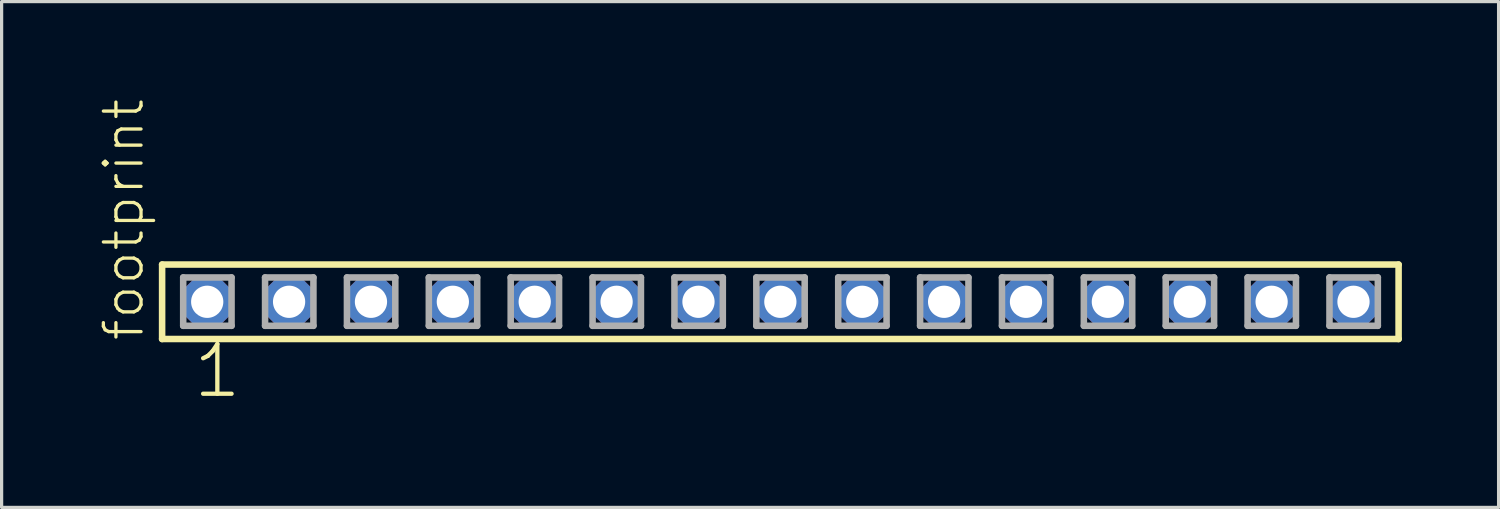
<source format=kicad_pcb>
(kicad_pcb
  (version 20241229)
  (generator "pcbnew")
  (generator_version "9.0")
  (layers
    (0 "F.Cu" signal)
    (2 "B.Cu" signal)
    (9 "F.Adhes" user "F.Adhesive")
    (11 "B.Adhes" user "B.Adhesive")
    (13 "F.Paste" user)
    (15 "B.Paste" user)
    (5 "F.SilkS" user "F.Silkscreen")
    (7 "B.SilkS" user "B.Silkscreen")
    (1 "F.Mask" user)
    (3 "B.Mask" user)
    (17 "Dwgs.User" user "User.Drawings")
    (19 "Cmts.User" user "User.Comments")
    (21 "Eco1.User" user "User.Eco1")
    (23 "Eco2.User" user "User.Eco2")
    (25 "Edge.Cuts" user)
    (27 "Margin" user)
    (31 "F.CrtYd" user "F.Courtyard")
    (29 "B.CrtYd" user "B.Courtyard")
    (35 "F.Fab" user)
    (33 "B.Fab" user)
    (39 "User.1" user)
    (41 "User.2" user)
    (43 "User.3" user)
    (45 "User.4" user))
  (footprint "footprint"
    (layer "F.Cu")
    (at 21.158 6.312)
    (property "Reference" "footprint" (at -19.685 1.27 90) (layer "F.SilkS") (effects (font (size 1.168 1.168) (thickness 0.102)) (justify left bottom)))
    (fp_line (start -19.179 -1.155) (end 19.179 -1.155) (stroke (width 0.203) (type solid)) (layer "F.SilkS"))
    (fp_line (start -19.179 1.155) (end -19.179 -1.155) (stroke (width 0.203) (type solid)) (layer "F.SilkS"))
    (fp_line (start 19.179 -1.155) (end 19.179 1.155) (stroke (width 0.203) (type solid)) (layer "F.SilkS"))
    (fp_line (start 19.179 1.155) (end -19.179 1.155) (stroke (width 0.203) (type solid)) (layer "F.SilkS"))
    (fp_line (start -18.525 -0.755) (end -17.025 -0.755) (stroke (width 0.203) (type solid)) (layer "F.Fab"))
    (fp_line (start -18.525 0.745) (end -18.525 -0.755) (stroke (width 0.203) (type solid)) (layer "F.Fab"))
    (fp_line (start -17.025 -0.755) (end -17.025 0.745) (stroke (width 0.203) (type solid)) (layer "F.Fab"))
    (fp_line (start -17.025 0.745) (end -18.525 0.745) (stroke (width 0.203) (type solid)) (layer "F.Fab"))
    (fp_line (start -15.985 -0.755) (end -14.485 -0.755) (stroke (width 0.203) (type solid)) (layer "F.Fab"))
    (fp_line (start -15.985 0.745) (end -15.985 -0.755) (stroke (width 0.203) (type solid)) (layer "F.Fab"))
    (fp_line (start -14.485 -0.755) (end -14.485 0.745) (stroke (width 0.203) (type solid)) (layer "F.Fab"))
    (fp_line (start -14.485 0.745) (end -15.985 0.745) (stroke (width 0.203) (type solid)) (layer "F.Fab"))
    (fp_line (start -13.445 -0.755) (end -11.945 -0.755) (stroke (width 0.203) (type solid)) (layer "F.Fab"))
    (fp_line (start -13.445 0.745) (end -13.445 -0.755) (stroke (width 0.203) (type solid)) (layer "F.Fab"))
    (fp_line (start -11.945 -0.755) (end -11.945 0.745) (stroke (width 0.203) (type solid)) (layer "F.Fab"))
    (fp_line (start -11.945 0.745) (end -13.445 0.745) (stroke (width 0.203) (type solid)) (layer "F.Fab"))
    (fp_line (start -10.905 -0.755) (end -9.405 -0.755) (stroke (width 0.203) (type solid)) (layer "F.Fab"))
    (fp_line (start -10.905 0.745) (end -10.905 -0.755) (stroke (width 0.203) (type solid)) (layer "F.Fab"))
    (fp_line (start -9.405 -0.755) (end -9.405 0.745) (stroke (width 0.203) (type solid)) (layer "F.Fab"))
    (fp_line (start -9.405 0.745) (end -10.905 0.745) (stroke (width 0.203) (type solid)) (layer "F.Fab"))
    (fp_line (start -8.365 -0.755) (end -6.865 -0.755) (stroke (width 0.203) (type solid)) (layer "F.Fab"))
    (fp_line (start -8.365 0.745) (end -8.365 -0.755) (stroke (width 0.203) (type solid)) (layer "F.Fab"))
    (fp_line (start -6.865 -0.755) (end -6.865 0.745) (stroke (width 0.203) (type solid)) (layer "F.Fab"))
    (fp_line (start -6.865 0.745) (end -8.365 0.745) (stroke (width 0.203) (type solid)) (layer "F.Fab"))
    (fp_line (start -5.825 -0.755) (end -4.325 -0.755) (stroke (width 0.203) (type solid)) (layer "F.Fab"))
    (fp_line (start -5.825 0.745) (end -5.825 -0.755) (stroke (width 0.203) (type solid)) (layer "F.Fab"))
    (fp_line (start -4.325 -0.755) (end -4.325 0.745) (stroke (width 0.203) (type solid)) (layer "F.Fab"))
    (fp_line (start -4.325 0.745) (end -5.825 0.745) (stroke (width 0.203) (type solid)) (layer "F.Fab"))
    (fp_line (start -3.285 -0.755) (end -1.785 -0.755) (stroke (width 0.203) (type solid)) (layer "F.Fab"))
    (fp_line (start -3.285 0.745) (end -3.285 -0.755) (stroke (width 0.203) (type solid)) (layer "F.Fab"))
    (fp_line (start -1.785 -0.755) (end -1.785 0.745) (stroke (width 0.203) (type solid)) (layer "F.Fab"))
    (fp_line (start -1.785 0.745) (end -3.285 0.745) (stroke (width 0.203) (type solid)) (layer "F.Fab"))
    (fp_line (start -0.745 -0.755) (end 0.755 -0.755) (stroke (width 0.203) (type solid)) (layer "F.Fab"))
    (fp_line (start -0.745 0.745) (end -0.745 -0.755) (stroke (width 0.203) (type solid)) (layer "F.Fab"))
    (fp_line (start 0.755 -0.755) (end 0.755 0.745) (stroke (width 0.203) (type solid)) (layer "F.Fab"))
    (fp_line (start 0.755 0.745) (end -0.745 0.745) (stroke (width 0.203) (type solid)) (layer "F.Fab"))
    (fp_line (start 1.795 -0.755) (end 3.295 -0.755) (stroke (width 0.203) (type solid)) (layer "F.Fab"))
    (fp_line (start 1.795 0.745) (end 1.795 -0.755) (stroke (width 0.203) (type solid)) (layer "F.Fab"))
    (fp_line (start 3.295 -0.755) (end 3.295 0.745) (stroke (width 0.203) (type solid)) (layer "F.Fab"))
    (fp_line (start 3.295 0.745) (end 1.795 0.745) (stroke (width 0.203) (type solid)) (layer "F.Fab"))
    (fp_line (start 4.335 -0.755) (end 5.835 -0.755) (stroke (width 0.203) (type solid)) (layer "F.Fab"))
    (fp_line (start 4.335 0.745) (end 4.335 -0.755) (stroke (width 0.203) (type solid)) (layer "F.Fab"))
    (fp_line (start 5.835 -0.755) (end 5.835 0.745) (stroke (width 0.203) (type solid)) (layer "F.Fab"))
    (fp_line (start 5.835 0.745) (end 4.335 0.745) (stroke (width 0.203) (type solid)) (layer "F.Fab"))
    (fp_line (start 6.875 -0.755) (end 8.375 -0.755) (stroke (width 0.203) (type solid)) (layer "F.Fab"))
    (fp_line (start 6.875 0.745) (end 6.875 -0.755) (stroke (width 0.203) (type solid)) (layer "F.Fab"))
    (fp_line (start 8.375 -0.755) (end 8.375 0.745) (stroke (width 0.203) (type solid)) (layer "F.Fab"))
    (fp_line (start 8.375 0.745) (end 6.875 0.745) (stroke (width 0.203) (type solid)) (layer "F.Fab"))
    (fp_line (start 9.415 -0.755) (end 10.915 -0.755) (stroke (width 0.203) (type solid)) (layer "F.Fab"))
    (fp_line (start 9.415 0.745) (end 9.415 -0.755) (stroke (width 0.203) (type solid)) (layer "F.Fab"))
    (fp_line (start 10.915 -0.755) (end 10.915 0.745) (stroke (width 0.203) (type solid)) (layer "F.Fab"))
    (fp_line (start 10.915 0.745) (end 9.415 0.745) (stroke (width 0.203) (type solid)) (layer "F.Fab"))
    (fp_line (start 11.955 -0.755) (end 13.455 -0.755) (stroke (width 0.203) (type solid)) (layer "F.Fab"))
    (fp_line (start 11.955 0.745) (end 11.955 -0.755) (stroke (width 0.203) (type solid)) (layer "F.Fab"))
    (fp_line (start 13.455 -0.755) (end 13.455 0.745) (stroke (width 0.203) (type solid)) (layer "F.Fab"))
    (fp_line (start 13.455 0.745) (end 11.955 0.745) (stroke (width 0.203) (type solid)) (layer "F.Fab"))
    (fp_line (start 14.495 -0.755) (end 15.995 -0.755) (stroke (width 0.203) (type solid)) (layer "F.Fab"))
    (fp_line (start 14.495 0.745) (end 14.495 -0.755) (stroke (width 0.203) (type solid)) (layer "F.Fab"))
    (fp_line (start 15.995 -0.755) (end 15.995 0.745) (stroke (width 0.203) (type solid)) (layer "F.Fab"))
    (fp_line (start 15.995 0.745) (end 14.495 0.745) (stroke (width 0.203) (type solid)) (layer "F.Fab"))
    (fp_line (start 17.035 -0.755) (end 18.535 -0.755) (stroke (width 0.203) (type solid)) (layer "F.Fab"))
    (fp_line (start 17.035 0.745) (end 17.035 -0.755) (stroke (width 0.203) (type solid)) (layer "F.Fab"))
    (fp_line (start 18.535 -0.755) (end 18.535 0.745) (stroke (width 0.203) (type solid)) (layer "F.Fab"))
    (fp_line (start 18.535 0.745) (end 17.035 0.745) (stroke (width 0.203) (type solid)) (layer "F.Fab"))
    (fp_text user "1" (at -18.288 3.048 0) (layer "F.SilkS") (effects (font (size 1.542 1.542) (thickness 0.134)) (justify left bottom)))
    (pad "1" thru_hole roundrect (at -17.78 0) (size 1.5 1.5) (drill 1) (layers "*.Cu" "*.Mask") (roundrect_rratio 0.25) (chamfer_ratio 0.25) (chamfer top_left top_right bottom_left bottom_right))
    (pad "2" thru_hole roundrect (at -15.24 0) (size 1.5 1.5) (drill 1) (layers "*.Cu" "*.Mask") (roundrect_rratio 0.25) (chamfer_ratio 0.25) (chamfer top_left top_right bottom_left bottom_right))
    (pad "3" thru_hole roundrect (at -12.7 0) (size 1.5 1.5) (drill 1) (layers "*.Cu" "*.Mask") (roundrect_rratio 0.25) (chamfer_ratio 0.25) (chamfer top_left top_right bottom_left bottom_right))
    (pad "4" thru_hole roundrect (at -10.16 0) (size 1.5 1.5) (drill 1) (layers "*.Cu" "*.Mask") (roundrect_rratio 0.25) (chamfer_ratio 0.25) (chamfer top_left top_right bottom_left bottom_right))
    (pad "5" thru_hole roundrect (at -7.62 0) (size 1.5 1.5) (drill 1) (layers "*.Cu" "*.Mask") (roundrect_rratio 0.25) (chamfer_ratio 0.25) (chamfer top_left top_right bottom_left bottom_right))
    (pad "6" thru_hole roundrect (at -5.08 0) (size 1.5 1.5) (drill 1) (layers "*.Cu" "*.Mask") (roundrect_rratio 0.25) (chamfer_ratio 0.25) (chamfer top_left top_right bottom_left bottom_right))
    (pad "7" thru_hole roundrect (at -2.54 0) (size 1.5 1.5) (drill 1) (layers "*.Cu" "*.Mask") (roundrect_rratio 0.25) (chamfer_ratio 0.25) (chamfer top_left top_right bottom_left bottom_right))
    (pad "8" thru_hole roundrect (at 0 0) (size 1.5 1.5) (drill 1) (layers "*.Cu" "*.Mask") (roundrect_rratio 0.25) (chamfer_ratio 0.25) (chamfer top_left top_right bottom_left bottom_right))
    (pad "9" thru_hole roundrect (at 2.54 0) (size 1.5 1.5) (drill 1) (layers "*.Cu" "*.Mask") (roundrect_rratio 0.25) (chamfer_ratio 0.25) (chamfer top_left top_right bottom_left bottom_right))
    (pad "10" thru_hole roundrect (at 5.08 0) (size 1.5 1.5) (drill 1) (layers "*.Cu" "*.Mask") (roundrect_rratio 0.25) (chamfer_ratio 0.25) (chamfer top_left top_right bottom_left bottom_right))
    (pad "11" thru_hole roundrect (at 7.62 0) (size 1.5 1.5) (drill 1) (layers "*.Cu" "*.Mask") (roundrect_rratio 0.25) (chamfer_ratio 0.25) (chamfer top_left top_right bottom_left bottom_right))
    (pad "12" thru_hole roundrect (at 10.16 0) (size 1.5 1.5) (drill 1) (layers "*.Cu" "*.Mask") (roundrect_rratio 0.25) (chamfer_ratio 0.25) (chamfer top_left top_right bottom_left bottom_right))
    (pad "13" thru_hole roundrect (at 12.7 0) (size 1.5 1.5) (drill 1) (layers "*.Cu" "*.Mask") (roundrect_rratio 0.25) (chamfer_ratio 0.25) (chamfer top_left top_right bottom_left bottom_right))
    (pad "14" thru_hole roundrect (at 15.24 0) (size 1.5 1.5) (drill 1) (layers "*.Cu" "*.Mask") (roundrect_rratio 0.25) (chamfer_ratio 0.25) (chamfer top_left top_right bottom_left bottom_right))
    (pad "15" thru_hole roundrect (at 17.78 0) (size 1.5 1.5) (drill 1) (layers "*.Cu" "*.Mask") (roundrect_rratio 0.25) (chamfer_ratio 0.25) (chamfer top_left top_right bottom_left bottom_right)))
  (gr_rect
    (start -3 -3)
    (end 43.439 12.691)
    (stroke (width 0.1) (type default))
    (fill no)
    (layer "Edge.Cuts")))
</source>
